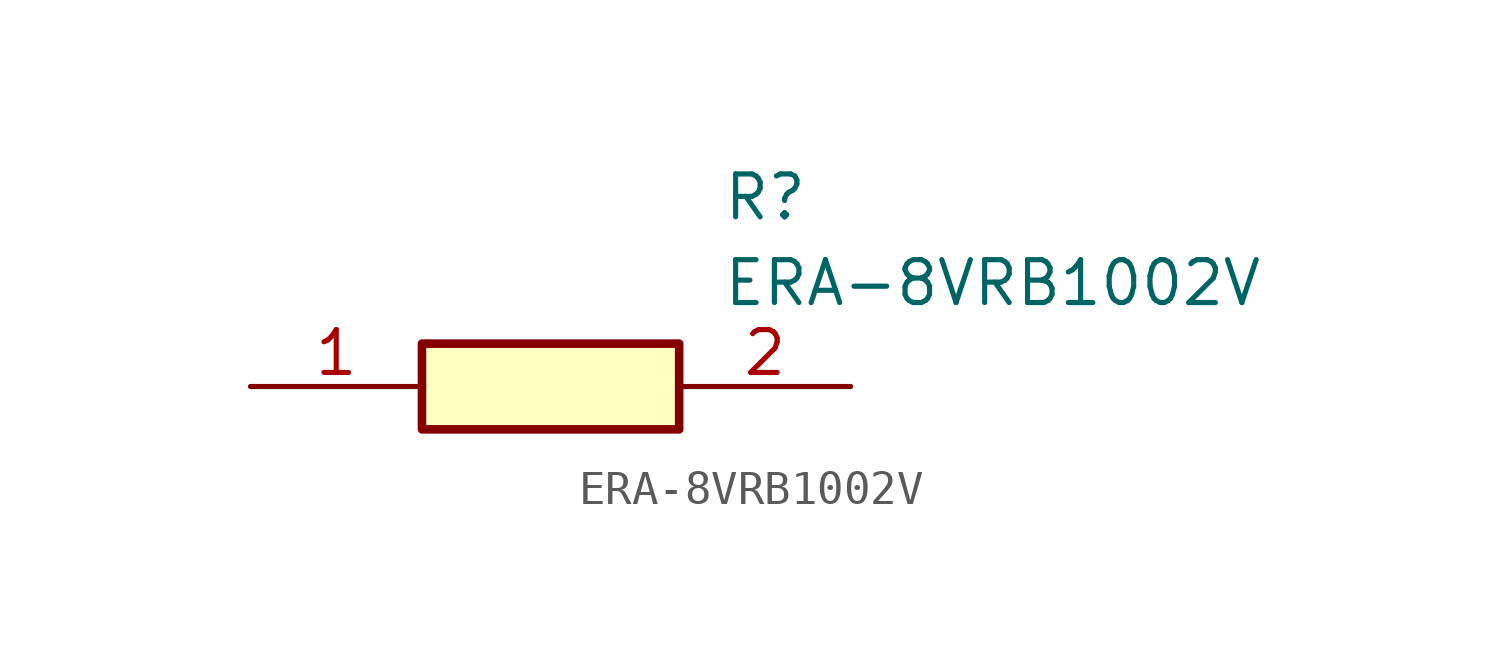
<source format=kicad_sym>
(kicad_symbol_lib
  (version 20211014)
  (generator SamacSys_ECAD_Model)
  (symbol "ERA-8VRB1002V"
    (pin_names hide)
    (property "Reference" "R"
      (at 13.97 6.35 0)
      (effects (font (size 1.27 1.27)) (justify left top)))
    (property "Value" "ERA-8VRB1002V"
      (at 13.97 3.81 0)
      (effects (font (size 1.27 1.27)) (justify left top)))
    (rectangle
      (start 5.08 1.27)
      (end 12.7 -1.27)
      (stroke (width 0.254) (type default))
      (fill (type background)))
    (pin passive line
      (at 0 0 0)
      (length 5.08)
      (name "1" (effects (font (size 1.27 1.27))))
      (number "1" (effects (font (size 1.27 1.27)))))
    (pin passive line
      (at 17.78 0 180)
      (length 5.08)
      (name "2" (effects (font (size 1.27 1.27))))
      (number "2" (effects (font (size 1.27 1.27)))))))
</source>
